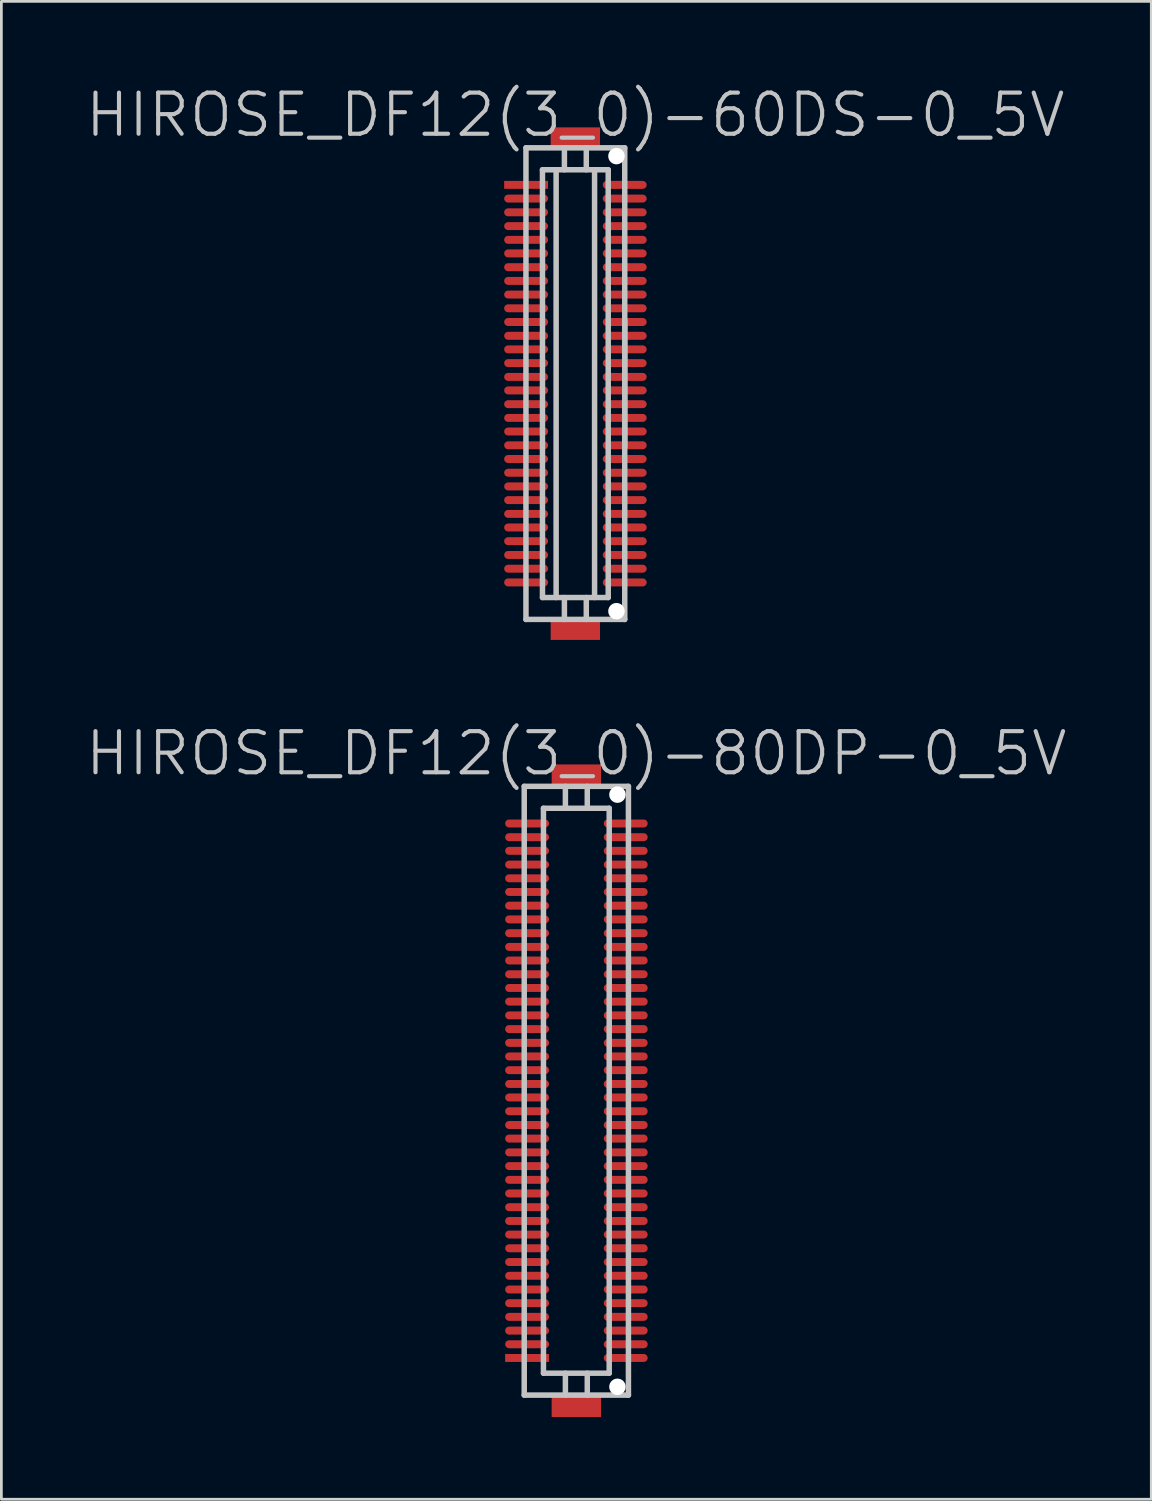
<source format=kicad_pcb>
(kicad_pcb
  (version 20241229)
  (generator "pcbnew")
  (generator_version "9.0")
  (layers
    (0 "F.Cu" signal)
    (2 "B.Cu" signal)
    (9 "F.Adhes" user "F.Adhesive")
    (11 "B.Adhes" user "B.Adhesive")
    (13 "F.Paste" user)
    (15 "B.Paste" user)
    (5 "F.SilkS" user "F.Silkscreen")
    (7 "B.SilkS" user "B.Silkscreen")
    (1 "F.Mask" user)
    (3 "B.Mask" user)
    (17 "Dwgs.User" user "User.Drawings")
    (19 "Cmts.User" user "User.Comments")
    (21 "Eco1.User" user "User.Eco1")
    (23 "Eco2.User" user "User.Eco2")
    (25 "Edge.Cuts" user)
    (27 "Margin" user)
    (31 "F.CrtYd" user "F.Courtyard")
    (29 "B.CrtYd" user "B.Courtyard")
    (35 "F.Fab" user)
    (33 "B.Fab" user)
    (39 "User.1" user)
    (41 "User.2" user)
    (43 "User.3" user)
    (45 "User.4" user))
  (footprint "HIROSE_DF12(3_0)-60DS-0_5V"
    (layer "F.Cu")
    (at 17.932 10.941)
    (property "Reference" "HIROSE_DF12(3_0)-60DS-0_5V" (at 0 -9.8 180) (layer "Dwgs.User") (effects (font (size 1.5 1.5) (thickness 0.15))))
    (attr smd)
    (fp_line (start -1.801 -8.6) (end -1.801 8.6) (stroke (width 0.2) (type solid)) (layer "Dwgs.User"))
    (fp_line (start -1.801 -8.6) (end 1.801 -8.6) (stroke (width 0.2) (type solid)) (layer "Dwgs.User"))
    (fp_line (start -1.199 -7.8) (end 1.199 -7.8) (stroke (width 0.2) (type solid)) (layer "Dwgs.User"))
    (fp_line (start -1.199 7.8) (end -1.199 -7.8) (stroke (width 0.2) (type solid)) (layer "Dwgs.User"))
    (fp_line (start -0.701 -7.8) (end -0.701 7.8) (stroke (width 0.2) (type solid)) (layer "Dwgs.User"))
    (fp_line (start -0.399 -7.8) (end -0.399 -8.6) (stroke (width 0.2) (type solid)) (layer "Dwgs.User"))
    (fp_line (start -0.399 8.6) (end -0.399 7.8) (stroke (width 0.2) (type solid)) (layer "Dwgs.User"))
    (fp_line (start 0.399 -7.8) (end 0.399 -8.6) (stroke (width 0.2) (type solid)) (layer "Dwgs.User"))
    (fp_line (start 0.399 7.8) (end 0.399 8.6) (stroke (width 0.2) (type solid)) (layer "Dwgs.User"))
    (fp_line (start 0.701 -7.8) (end 0.701 7.8) (stroke (width 0.2) (type solid)) (layer "Dwgs.User"))
    (fp_line (start 1.199 7.8) (end -1.199 7.8) (stroke (width 0.2) (type solid)) (layer "Dwgs.User"))
    (fp_line (start 1.199 7.8) (end 1.199 -7.8) (stroke (width 0.2) (type solid)) (layer "Dwgs.User"))
    (fp_line (start 1.801 -8.6) (end 1.801 8.6) (stroke (width 0.2) (type solid)) (layer "Dwgs.User"))
    (fp_line (start 1.801 -2.301) (end 1.801 2.301) (stroke (width 0.2) (type solid)) (layer "Dwgs.User"))
    (fp_line (start 1.801 8.598) (end -1.801 8.598) (stroke (width 0.2) (type solid)) (layer "Dwgs.User"))
    (pad "" smd rect (at 0 -8.946 270) (size 0.8 1.8) (layers "F.Cu" "F.Mask" "F.Paste"))
    (pad "" smd rect (at 0 8.946 270) (size 0.8 1.8) (layers "F.Cu" "F.Mask" "F.Paste"))
    (pad "" np_thru_hole circle (at 1.499 -8.298 270) (size 0.6 0.6) (drill 0.6) (layers "*.Cu" "*.Mask"))
    (pad "" np_thru_hole circle (at 1.499 8.298 270) (size 0.6 0.6) (drill 0.6) (layers "*.Cu" "*.Mask"))
    (pad "1" smd rect (at -1.796 -7.249 270) (size 0.29 1.6) (layers "F.Cu" "F.Mask" "F.Paste"))
    (pad "2" smd oval (at -1.796 -6.749 270) (size 0.29 1.6) (layers "F.Cu" "F.Mask" "F.Paste"))
    (pad "3" smd oval (at -1.796 -6.248 270) (size 0.29 1.6) (layers "F.Cu" "F.Mask" "F.Paste"))
    (pad "4" smd oval (at -1.796 -5.745 270) (size 0.29 1.6) (layers "F.Cu" "F.Mask" "F.Paste"))
    (pad "5" smd oval (at -1.796 -5.245 270) (size 0.29 1.6) (layers "F.Cu" "F.Mask" "F.Paste"))
    (pad "6" smd oval (at -1.796 -4.75 270) (size 0.29 1.6) (layers "F.Cu" "F.Mask" "F.Paste"))
    (pad "7" smd oval (at -1.796 -4.247 270) (size 0.29 1.6) (layers "F.Cu" "F.Mask" "F.Paste"))
    (pad "8" smd oval (at -1.796 -3.747 270) (size 0.29 1.6) (layers "F.Cu" "F.Mask" "F.Paste"))
    (pad "9" smd oval (at -1.796 -3.249 270) (size 0.29 1.6) (layers "F.Cu" "F.Mask" "F.Paste"))
    (pad "10" smd oval (at -1.796 -2.748 270) (size 0.29 1.6) (layers "F.Cu" "F.Mask" "F.Paste"))
    (pad "11" smd oval (at -1.796 -2.248 270) (size 0.29 1.6) (layers "F.Cu" "F.Mask" "F.Paste"))
    (pad "12" smd oval (at -1.796 -1.745 270) (size 0.29 1.6) (layers "F.Cu" "F.Mask" "F.Paste"))
    (pad "13" smd oval (at -1.796 -1.25 270) (size 0.29 1.6) (layers "F.Cu" "F.Mask" "F.Paste"))
    (pad "14" smd oval (at -1.796 -0.749 270) (size 0.29 1.6) (layers "F.Cu" "F.Mask" "F.Paste"))
    (pad "15" smd oval (at -1.796 -0.246 270) (size 0.29 1.6) (layers "F.Cu" "F.Mask" "F.Paste"))
    (pad "16" smd oval (at -1.796 0.246 270) (size 0.29 1.6) (layers "F.Cu" "F.Mask" "F.Paste"))
    (pad "17" smd oval (at -1.796 0.749 270) (size 0.29 1.6) (layers "F.Cu" "F.Mask" "F.Paste"))
    (pad "18" smd oval (at -1.796 1.25 270) (size 0.29 1.6) (layers "F.Cu" "F.Mask" "F.Paste"))
    (pad "19" smd oval (at -1.796 1.745 270) (size 0.29 1.6) (layers "F.Cu" "F.Mask" "F.Paste"))
    (pad "20" smd oval (at -1.796 2.248 270) (size 0.29 1.6) (layers "F.Cu" "F.Mask" "F.Paste"))
    (pad "21" smd oval (at -1.796 2.748 270) (size 0.29 1.6) (layers "F.Cu" "F.Mask" "F.Paste"))
    (pad "22" smd oval (at -1.796 3.249 270) (size 0.29 1.6) (layers "F.Cu" "F.Mask" "F.Paste"))
    (pad "23" smd oval (at -1.796 3.747 270) (size 0.29 1.6) (layers "F.Cu" "F.Mask" "F.Paste"))
    (pad "24" smd oval (at -1.796 4.247 270) (size 0.29 1.6) (layers "F.Cu" "F.Mask" "F.Paste"))
    (pad "25" smd oval (at -1.796 4.75 270) (size 0.29 1.6) (layers "F.Cu" "F.Mask" "F.Paste"))
    (pad "26" smd oval (at -1.796 5.245 270) (size 0.29 1.6) (layers "F.Cu" "F.Mask" "F.Paste"))
    (pad "27" smd oval (at -1.796 5.745 270) (size 0.29 1.6) (layers "F.Cu" "F.Mask" "F.Paste"))
    (pad "28" smd oval (at -1.796 6.248 270) (size 0.29 1.6) (layers "F.Cu" "F.Mask" "F.Paste"))
    (pad "29" smd oval (at -1.796 6.749 270) (size 0.29 1.6) (layers "F.Cu" "F.Mask" "F.Paste"))
    (pad "30" smd oval (at -1.796 7.249 270) (size 0.29 1.6) (layers "F.Cu" "F.Mask" "F.Paste"))
    (pad "31" smd oval (at 1.801 7.249 270) (size 0.29 1.6) (layers "F.Cu" "F.Mask" "F.Paste"))
    (pad "32" smd oval (at 1.801 6.749 270) (size 0.29 1.6) (layers "F.Cu" "F.Mask" "F.Paste"))
    (pad "33" smd oval (at 1.801 6.248 270) (size 0.29 1.6) (layers "F.Cu" "F.Mask" "F.Paste"))
    (pad "34" smd oval (at 1.801 5.745 270) (size 0.29 1.6) (layers "F.Cu" "F.Mask" "F.Paste"))
    (pad "35" smd oval (at 1.801 5.245 270) (size 0.29 1.6) (layers "F.Cu" "F.Mask" "F.Paste"))
    (pad "36" smd oval (at 1.801 4.75 270) (size 0.29 1.6) (layers "F.Cu" "F.Mask" "F.Paste"))
    (pad "37" smd oval (at 1.801 4.247 270) (size 0.29 1.6) (layers "F.Cu" "F.Mask" "F.Paste"))
    (pad "38" smd oval (at 1.801 3.747 270) (size 0.29 1.6) (layers "F.Cu" "F.Mask" "F.Paste"))
    (pad "39" smd oval (at 1.801 3.249 270) (size 0.29 1.6) (layers "F.Cu" "F.Mask" "F.Paste"))
    (pad "40" smd oval (at 1.801 2.748 270) (size 0.29 1.6) (layers "F.Cu" "F.Mask" "F.Paste"))
    (pad "41" smd oval (at 1.801 2.248 270) (size 0.29 1.6) (layers "F.Cu" "F.Mask" "F.Paste"))
    (pad "42" smd oval (at 1.801 1.745 270) (size 0.29 1.6) (layers "F.Cu" "F.Mask" "F.Paste"))
    (pad "43" smd oval (at 1.801 1.25 270) (size 0.29 1.6) (layers "F.Cu" "F.Mask" "F.Paste"))
    (pad "44" smd oval (at 1.801 0.749 270) (size 0.29 1.6) (layers "F.Cu" "F.Mask" "F.Paste"))
    (pad "45" smd oval (at 1.801 0.246 270) (size 0.29 1.6) (layers "F.Cu" "F.Mask" "F.Paste"))
    (pad "46" smd oval (at 1.801 -0.246 270) (size 0.29 1.6) (layers "F.Cu" "F.Mask" "F.Paste"))
    (pad "47" smd oval (at 1.801 -0.749 270) (size 0.29 1.6) (layers "F.Cu" "F.Mask" "F.Paste"))
    (pad "48" smd oval (at 1.801 -1.25 270) (size 0.29 1.6) (layers "F.Cu" "F.Mask" "F.Paste"))
    (pad "49" smd oval (at 1.801 -1.745 270) (size 0.29 1.6) (layers "F.Cu" "F.Mask" "F.Paste"))
    (pad "50" smd oval (at 1.801 -2.248 270) (size 0.29 1.6) (layers "F.Cu" "F.Mask" "F.Paste"))
    (pad "51" smd oval (at 1.801 -2.748 270) (size 0.29 1.6) (layers "F.Cu" "F.Mask" "F.Paste"))
    (pad "52" smd oval (at 1.801 -3.249 270) (size 0.29 1.6) (layers "F.Cu" "F.Mask" "F.Paste"))
    (pad "53" smd oval (at 1.801 -3.747 270) (size 0.29 1.6) (layers "F.Cu" "F.Mask" "F.Paste"))
    (pad "54" smd oval (at 1.801 -4.247 270) (size 0.29 1.6) (layers "F.Cu" "F.Mask" "F.Paste"))
    (pad "55" smd oval (at 1.801 -4.75 270) (size 0.29 1.6) (layers "F.Cu" "F.Mask" "F.Paste"))
    (pad "56" smd oval (at 1.801 -5.245 270) (size 0.29 1.6) (layers "F.Cu" "F.Mask" "F.Paste"))
    (pad "57" smd oval (at 1.801 -5.745 270) (size 0.29 1.6) (layers "F.Cu" "F.Mask" "F.Paste"))
    (pad "58" smd oval (at 1.801 -6.248 270) (size 0.29 1.6) (layers "F.Cu" "F.Mask" "F.Paste"))
    (pad "59" smd oval (at 1.801 -6.749 270) (size 0.29 1.6) (layers "F.Cu" "F.Mask" "F.Paste"))
    (pad "60" smd oval (at 1.801 -7.249 270) (size 0.29 1.6) (layers "F.Cu" "F.Mask" "F.Paste")))
  (footprint "HIROSE_DF12(3_0)-80DP-0_5V"
    (layer "F.Cu")
    (at 17.968 36.727)
    (property "Reference" "HIROSE_DF12(3_0)-80DP-0_5V" (at 0 -12.3 180) (layer "Dwgs.User") (effects (font (size 1.5 1.5) (thickness 0.15))))
    (attr smd)
    (fp_line (start -1.9 11.1) (end -1.9 -11.1) (stroke (width 0.2) (type solid)) (layer "Dwgs.User"))
    (fp_line (start -1.9 11.1) (end 1.9 11.1) (stroke (width 0.2) (type solid)) (layer "Dwgs.User"))
    (fp_line (start -1.199 -10.3) (end -1.199 10.3) (stroke (width 0.2) (type solid)) (layer "Dwgs.User"))
    (fp_line (start -1.199 -10.3) (end 1.199 -10.3) (stroke (width 0.2) (type solid)) (layer "Dwgs.User"))
    (fp_line (start -0.399 -10.3) (end -0.399 -11.1) (stroke (width 0.2) (type solid)) (layer "Dwgs.User"))
    (fp_line (start -0.399 11.102) (end -0.399 10.302) (stroke (width 0.2) (type solid)) (layer "Dwgs.User"))
    (fp_line (start 0.399 -10.3) (end 0.399 -11.1) (stroke (width 0.2) (type solid)) (layer "Dwgs.User"))
    (fp_line (start 0.399 10.302) (end 0.399 11.102) (stroke (width 0.2) (type solid)) (layer "Dwgs.User"))
    (fp_line (start 1.199 10.3) (end 1.199 -10.3) (stroke (width 0.2) (type solid)) (layer "Dwgs.User"))
    (fp_line (start 1.199 10.302) (end -1.199 10.302) (stroke (width 0.2) (type solid)) (layer "Dwgs.User"))
    (fp_line (start 1.9 -11.1) (end -1.9 -11.1) (stroke (width 0.2) (type solid)) (layer "Dwgs.User"))
    (fp_line (start 1.9 -11.1) (end 1.9 11.1) (stroke (width 0.2) (type solid)) (layer "Dwgs.User"))
    (pad "" smd rect (at 0 -11.499 270) (size 0.8 1.8) (layers "F.Cu" "F.Mask" "F.Paste"))
    (pad "" smd rect (at 0 11.499 270) (size 0.8 1.8) (layers "F.Cu" "F.Mask" "F.Paste"))
    (pad "" np_thru_hole circle (at 1.499 -10.798 270) (size 0.6 0.6) (drill 0.6) (layers "*.Cu" "*.Mask"))
    (pad "" np_thru_hole circle (at 1.499 10.798 270) (size 0.6 0.6) (drill 0.6) (layers "*.Cu" "*.Mask"))
    (pad "1" smd rect (at -1.796 9.746 270) (size 0.29 1.6) (layers "F.Cu" "F.Mask" "F.Paste"))
    (pad "2" smd oval (at -1.796 9.246 270) (size 0.29 1.6) (layers "F.Cu" "F.Mask" "F.Paste"))
    (pad "3" smd oval (at -1.796 8.748 270) (size 0.29 1.6) (layers "F.Cu" "F.Mask" "F.Paste"))
    (pad "4" smd oval (at -1.796 8.247 270) (size 0.29 1.6) (layers "F.Cu" "F.Mask" "F.Paste"))
    (pad "5" smd oval (at -1.796 7.747 270) (size 0.29 1.6) (layers "F.Cu" "F.Mask" "F.Paste"))
    (pad "6" smd oval (at -1.796 7.249 270) (size 0.29 1.6) (layers "F.Cu" "F.Mask" "F.Paste"))
    (pad "7" smd oval (at -1.796 6.749 270) (size 0.29 1.6) (layers "F.Cu" "F.Mask" "F.Paste"))
    (pad "8" smd oval (at -1.796 6.248 270) (size 0.29 1.6) (layers "F.Cu" "F.Mask" "F.Paste"))
    (pad "9" smd oval (at -1.796 5.745 270) (size 0.29 1.6) (layers "F.Cu" "F.Mask" "F.Paste"))
    (pad "10" smd oval (at -1.796 5.245 270) (size 0.29 1.6) (layers "F.Cu" "F.Mask" "F.Paste"))
    (pad "11" smd oval (at -1.796 4.75 270) (size 0.29 1.6) (layers "F.Cu" "F.Mask" "F.Paste"))
    (pad "12" smd oval (at -1.796 4.247 270) (size 0.29 1.6) (layers "F.Cu" "F.Mask" "F.Paste"))
    (pad "13" smd oval (at -1.796 3.747 270) (size 0.29 1.6) (layers "F.Cu" "F.Mask" "F.Paste"))
    (pad "14" smd oval (at -1.796 3.249 270) (size 0.29 1.6) (layers "F.Cu" "F.Mask" "F.Paste"))
    (pad "15" smd oval (at -1.796 2.748 270) (size 0.29 1.6) (layers "F.Cu" "F.Mask" "F.Paste"))
    (pad "16" smd oval (at -1.796 2.248 270) (size 0.29 1.6) (layers "F.Cu" "F.Mask" "F.Paste"))
    (pad "17" smd oval (at -1.796 1.745 270) (size 0.29 1.6) (layers "F.Cu" "F.Mask" "F.Paste"))
    (pad "18" smd oval (at -1.796 1.25 270) (size 0.29 1.6) (layers "F.Cu" "F.Mask" "F.Paste"))
    (pad "19" smd oval (at -1.796 0.749 270) (size 0.29 1.6) (layers "F.Cu" "F.Mask" "F.Paste"))
    (pad "20" smd oval (at -1.796 0.246 270) (size 0.29 1.6) (layers "F.Cu" "F.Mask" "F.Paste"))
    (pad "21" smd oval (at -1.796 -0.246 270) (size 0.29 1.6) (layers "F.Cu" "F.Mask" "F.Paste"))
    (pad "22" smd oval (at -1.796 -0.749 270) (size 0.29 1.6) (layers "F.Cu" "F.Mask" "F.Paste"))
    (pad "23" smd oval (at -1.796 -1.25 270) (size 0.29 1.6) (layers "F.Cu" "F.Mask" "F.Paste"))
    (pad "24" smd oval (at -1.796 -1.745 270) (size 0.29 1.6) (layers "F.Cu" "F.Mask" "F.Paste"))
    (pad "25" smd oval (at -1.796 -2.248 270) (size 0.29 1.6) (layers "F.Cu" "F.Mask" "F.Paste"))
    (pad "26" smd oval (at -1.796 -2.748 270) (size 0.29 1.6) (layers "F.Cu" "F.Mask" "F.Paste"))
    (pad "27" smd oval (at -1.796 -3.249 270) (size 0.29 1.6) (layers "F.Cu" "F.Mask" "F.Paste"))
    (pad "28" smd oval (at -1.796 -3.747 270) (size 0.29 1.6) (layers "F.Cu" "F.Mask" "F.Paste"))
    (pad "29" smd oval (at -1.796 -4.247 270) (size 0.29 1.6) (layers "F.Cu" "F.Mask" "F.Paste"))
    (pad "30" smd oval (at -1.796 -4.75 270) (size 0.29 1.6) (layers "F.Cu" "F.Mask" "F.Paste"))
    (pad "31" smd oval (at -1.796 -5.245 270) (size 0.29 1.6) (layers "F.Cu" "F.Mask" "F.Paste"))
    (pad "32" smd oval (at -1.796 -5.745 270) (size 0.29 1.6) (layers "F.Cu" "F.Mask" "F.Paste"))
    (pad "33" smd oval (at -1.796 -6.248 270) (size 0.29 1.6) (layers "F.Cu" "F.Mask" "F.Paste"))
    (pad "34" smd oval (at -1.796 -6.749 270) (size 0.29 1.6) (layers "F.Cu" "F.Mask" "F.Paste"))
    (pad "35" smd oval (at -1.796 -7.249 270) (size 0.29 1.6) (layers "F.Cu" "F.Mask" "F.Paste"))
    (pad "36" smd oval (at -1.796 -7.747 270) (size 0.29 1.6) (layers "F.Cu" "F.Mask" "F.Paste"))
    (pad "37" smd oval (at -1.796 -8.247 270) (size 0.29 1.6) (layers "F.Cu" "F.Mask" "F.Paste"))
    (pad "38" smd oval (at -1.796 -8.748 270) (size 0.29 1.6) (layers "F.Cu" "F.Mask" "F.Paste"))
    (pad "39" smd oval (at -1.796 -9.246 270) (size 0.29 1.6) (layers "F.Cu" "F.Mask" "F.Paste"))
    (pad "40" smd oval (at -1.796 -9.746 270) (size 0.29 1.6) (layers "F.Cu" "F.Mask" "F.Paste"))
    (pad "41" smd oval (at 1.801 -9.746 270) (size 0.29 1.6) (layers "F.Cu" "F.Mask" "F.Paste"))
    (pad "42" smd oval (at 1.801 -9.246 270) (size 0.29 1.6) (layers "F.Cu" "F.Mask" "F.Paste"))
    (pad "43" smd oval (at 1.801 -8.748 270) (size 0.29 1.6) (layers "F.Cu" "F.Mask" "F.Paste"))
    (pad "44" smd oval (at 1.801 -8.247 270) (size 0.29 1.6) (layers "F.Cu" "F.Mask" "F.Paste"))
    (pad "45" smd oval (at 1.801 -7.747 270) (size 0.29 1.6) (layers "F.Cu" "F.Mask" "F.Paste"))
    (pad "46" smd oval (at 1.801 -7.249 270) (size 0.29 1.6) (layers "F.Cu" "F.Mask" "F.Paste"))
    (pad "47" smd oval (at 1.801 -6.749 270) (size 0.29 1.6) (layers "F.Cu" "F.Mask" "F.Paste"))
    (pad "48" smd oval (at 1.801 -6.248 270) (size 0.29 1.6) (layers "F.Cu" "F.Mask" "F.Paste"))
    (pad "49" smd oval (at 1.801 -5.745 270) (size 0.29 1.6) (layers "F.Cu" "F.Mask" "F.Paste"))
    (pad "50" smd oval (at 1.801 -5.245 270) (size 0.29 1.6) (layers "F.Cu" "F.Mask" "F.Paste"))
    (pad "51" smd oval (at 1.801 -4.75 270) (size 0.29 1.6) (layers "F.Cu" "F.Mask" "F.Paste"))
    (pad "52" smd oval (at 1.801 -4.247 270) (size 0.29 1.6) (layers "F.Cu" "F.Mask" "F.Paste"))
    (pad "53" smd oval (at 1.801 -3.747 270) (size 0.29 1.6) (layers "F.Cu" "F.Mask" "F.Paste"))
    (pad "54" smd oval (at 1.801 -3.249 270) (size 0.29 1.6) (layers "F.Cu" "F.Mask" "F.Paste"))
    (pad "55" smd oval (at 1.801 -2.748 270) (size 0.29 1.6) (layers "F.Cu" "F.Mask" "F.Paste"))
    (pad "56" smd oval (at 1.801 -2.248 270) (size 0.29 1.6) (layers "F.Cu" "F.Mask" "F.Paste"))
    (pad "57" smd oval (at 1.801 -1.745 270) (size 0.29 1.6) (layers "F.Cu" "F.Mask" "F.Paste"))
    (pad "58" smd oval (at 1.801 -1.25 270) (size 0.29 1.6) (layers "F.Cu" "F.Mask" "F.Paste"))
    (pad "59" smd oval (at 1.801 -0.749 270) (size 0.29 1.6) (layers "F.Cu" "F.Mask" "F.Paste"))
    (pad "60" smd oval (at 1.801 -0.246 270) (size 0.29 1.6) (layers "F.Cu" "F.Mask" "F.Paste"))
    (pad "61" smd oval (at 1.801 0.246 270) (size 0.29 1.6) (layers "F.Cu" "F.Mask" "F.Paste"))
    (pad "62" smd oval (at 1.801 0.749 270) (size 0.29 1.6) (layers "F.Cu" "F.Mask" "F.Paste"))
    (pad "63" smd oval (at 1.801 1.25 270) (size 0.29 1.6) (layers "F.Cu" "F.Mask" "F.Paste"))
    (pad "64" smd oval (at 1.801 1.745 270) (size 0.29 1.6) (layers "F.Cu" "F.Mask" "F.Paste"))
    (pad "65" smd oval (at 1.801 2.248 270) (size 0.29 1.6) (layers "F.Cu" "F.Mask" "F.Paste"))
    (pad "66" smd oval (at 1.801 2.748 270) (size 0.29 1.6) (layers "F.Cu" "F.Mask" "F.Paste"))
    (pad "67" smd oval (at 1.801 3.249 270) (size 0.29 1.6) (layers "F.Cu" "F.Mask" "F.Paste"))
    (pad "68" smd oval (at 1.801 3.747 270) (size 0.29 1.6) (layers "F.Cu" "F.Mask" "F.Paste"))
    (pad "69" smd oval (at 1.801 4.247 270) (size 0.29 1.6) (layers "F.Cu" "F.Mask" "F.Paste"))
    (pad "70" smd oval (at 1.801 4.75 270) (size 0.29 1.6) (layers "F.Cu" "F.Mask" "F.Paste"))
    (pad "71" smd oval (at 1.801 5.245 270) (size 0.29 1.6) (layers "F.Cu" "F.Mask" "F.Paste"))
    (pad "72" smd oval (at 1.801 5.745 270) (size 0.29 1.6) (layers "F.Cu" "F.Mask" "F.Paste"))
    (pad "73" smd oval (at 1.801 6.248 270) (size 0.29 1.6) (layers "F.Cu" "F.Mask" "F.Paste"))
    (pad "74" smd oval (at 1.801 6.749 270) (size 0.29 1.6) (layers "F.Cu" "F.Mask" "F.Paste"))
    (pad "75" smd oval (at 1.801 7.249 270) (size 0.29 1.6) (layers "F.Cu" "F.Mask" "F.Paste"))
    (pad "76" smd oval (at 1.801 7.747 270) (size 0.29 1.6) (layers "F.Cu" "F.Mask" "F.Paste"))
    (pad "77" smd oval (at 1.801 8.247 270) (size 0.29 1.6) (layers "F.Cu" "F.Mask" "F.Paste"))
    (pad "78" smd oval (at 1.801 8.748 270) (size 0.29 1.6) (layers "F.Cu" "F.Mask" "F.Paste"))
    (pad "79" smd oval (at 1.801 9.246 270) (size 0.29 1.6) (layers "F.Cu" "F.Mask" "F.Paste"))
    (pad "80" smd oval (at 1.801 9.746 270) (size 0.29 1.6) (layers "F.Cu" "F.Mask" "F.Paste")))
  (gr_rect
    (start -3 -3)
    (end 38.936 51.626)
    (stroke (width 0.1) (type default))
    (fill no)
    (layer "Edge.Cuts")))
</source>
